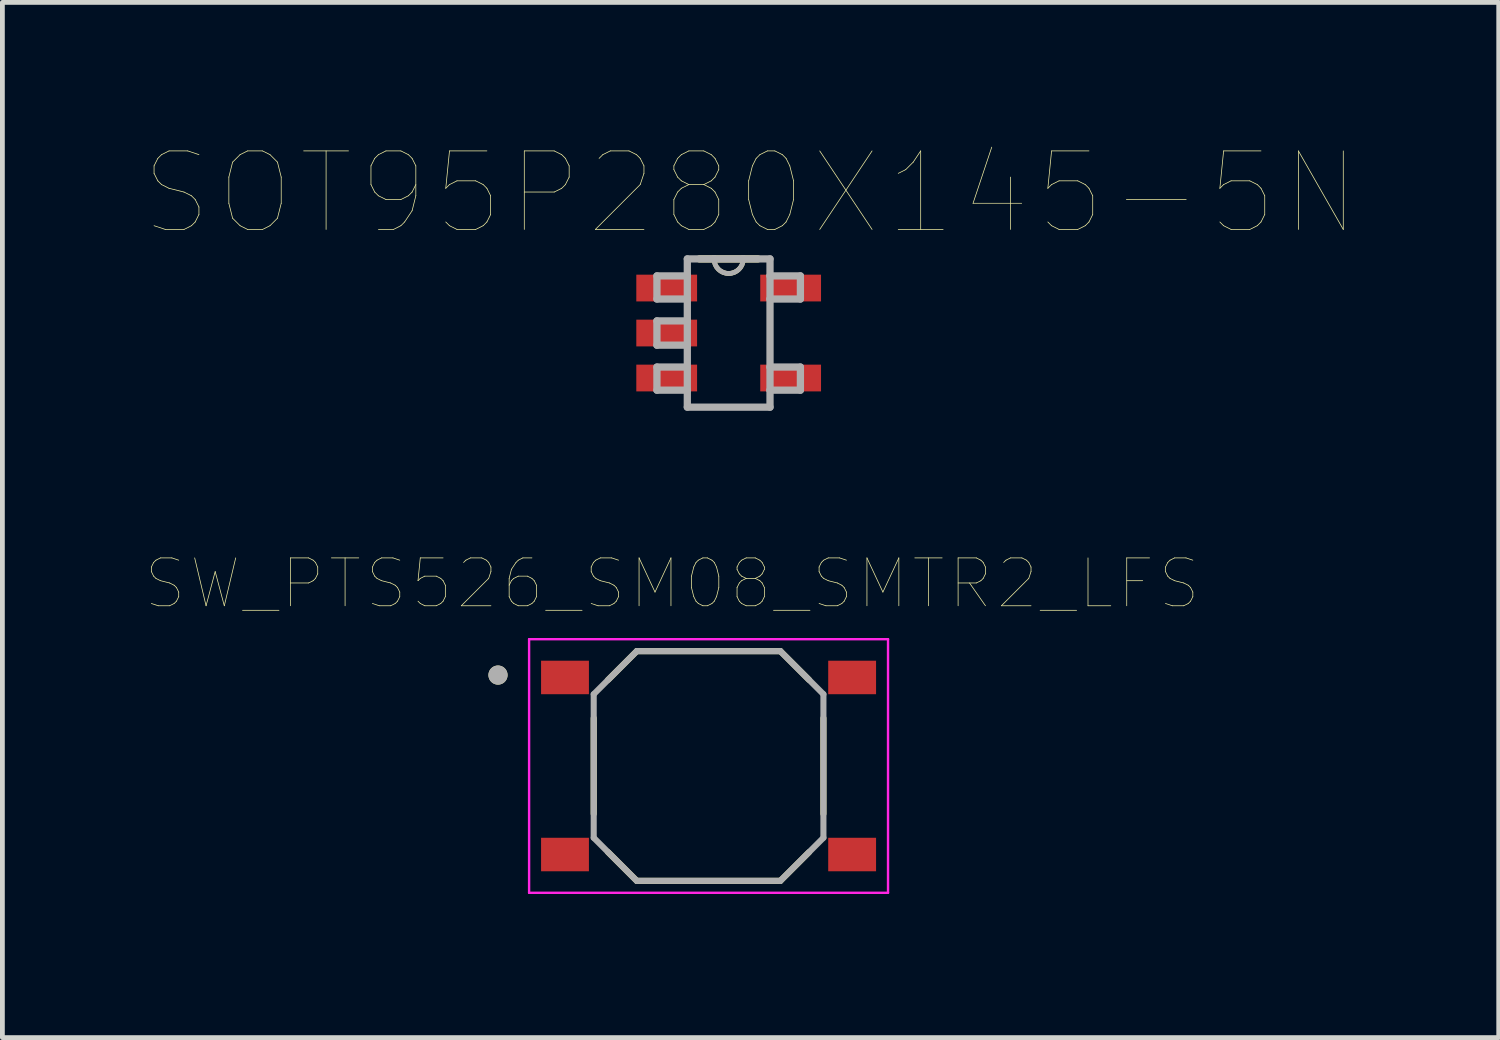
<source format=kicad_pcb>
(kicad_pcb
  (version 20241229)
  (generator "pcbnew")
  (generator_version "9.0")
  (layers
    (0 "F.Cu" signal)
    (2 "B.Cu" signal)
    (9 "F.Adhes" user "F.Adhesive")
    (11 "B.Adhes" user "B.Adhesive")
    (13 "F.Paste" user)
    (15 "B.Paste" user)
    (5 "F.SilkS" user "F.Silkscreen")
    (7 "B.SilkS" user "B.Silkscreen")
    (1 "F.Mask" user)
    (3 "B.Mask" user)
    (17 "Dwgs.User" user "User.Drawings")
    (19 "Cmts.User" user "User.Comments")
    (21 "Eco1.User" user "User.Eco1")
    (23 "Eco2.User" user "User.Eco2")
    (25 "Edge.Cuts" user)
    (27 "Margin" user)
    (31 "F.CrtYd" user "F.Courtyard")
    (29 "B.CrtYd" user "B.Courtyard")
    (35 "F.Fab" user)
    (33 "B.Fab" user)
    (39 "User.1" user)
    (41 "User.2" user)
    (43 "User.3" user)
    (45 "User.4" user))
  (footprint "SW_PTS526_SM08_SMTR2_LFS"
    (layer "F.Cu")
    (at 11.756 12.956)
    (property "Reference" "SW_PTS526_SM08_SMTR2_LFS" (at -0.762 -3.81 0) (layer "F.SilkS") (effects (font (size 1 1) (thickness 0.015))))
    (attr through_hole)
    (fp_line (start -2.4 -1) (end -2.4 1) (stroke (width 0.127) (type solid)) (layer "F.SilkS"))
    (fp_line (start -2.1 1.8) (end -1.5 2.4) (stroke (width 0.127) (type solid)) (layer "F.SilkS"))
    (fp_line (start -1.5 -2.4) (end -2.1 -1.8) (stroke (width 0.127) (type solid)) (layer "F.SilkS"))
    (fp_line (start -1.5 2.4) (end 1.5 2.4) (stroke (width 0.127) (type solid)) (layer "F.SilkS"))
    (fp_line (start 1.5 -2.4) (end -1.5 -2.4) (stroke (width 0.127) (type solid)) (layer "F.SilkS"))
    (fp_line (start 1.5 -2.4) (end 2.1 -1.8) (stroke (width 0.127) (type solid)) (layer "F.SilkS"))
    (fp_line (start 1.5 2.4) (end 2.1 1.8) (stroke (width 0.127) (type solid)) (layer "F.SilkS"))
    (fp_line (start 2.4 -1) (end 2.4 1) (stroke (width 0.127) (type solid)) (layer "F.SilkS"))
    (fp_circle (center -4.4 -1.9) (end -4.3 -1.9) (stroke (width 0.2) (type solid)) (fill no) (layer "F.SilkS"))
    (fp_line (start -3.75 -2.65) (end 3.75 -2.65) (stroke (width 0.05) (type solid)) (layer "F.CrtYd"))
    (fp_line (start -3.75 2.65) (end -3.75 -2.65) (stroke (width 0.05) (type solid)) (layer "F.CrtYd"))
    (fp_line (start 3.75 -2.65) (end 3.75 2.65) (stroke (width 0.05) (type solid)) (layer "F.CrtYd"))
    (fp_line (start 3.75 2.65) (end -3.75 2.65) (stroke (width 0.05) (type solid)) (layer "F.CrtYd"))
    (fp_line (start -2.4 -1.5) (end -2.4 1.5) (stroke (width 0.127) (type solid)) (layer "F.Fab"))
    (fp_line (start -1.5 -2.4) (end -2.4 -1.5) (stroke (width 0.127) (type solid)) (layer "F.Fab"))
    (fp_line (start -1.5 -2.4) (end 1.5 -2.4) (stroke (width 0.127) (type solid)) (layer "F.Fab"))
    (fp_line (start -1.5 2.4) (end -2.4 1.5) (stroke (width 0.127) (type solid)) (layer "F.Fab"))
    (fp_line (start -1.5 2.4) (end 1.5 2.4) (stroke (width 0.127) (type solid)) (layer "F.Fab"))
    (fp_line (start 1.5 -2.4) (end 2.4 -1.5) (stroke (width 0.127) (type solid)) (layer "F.Fab"))
    (fp_line (start 1.5 2.4) (end 2.4 1.5) (stroke (width 0.127) (type solid)) (layer "F.Fab"))
    (fp_line (start 2.4 -1.5) (end 2.4 1.5) (stroke (width 0.127) (type solid)) (layer "F.Fab"))
    (fp_circle (center -4.4 -1.9) (end -4.3 -1.9) (stroke (width 0.2) (type solid)) (fill no) (layer "F.Fab"))
    (pad "1" smd rect (at -3 -1.85) (size 1 0.7) (layers "F.Cu" "F.Mask" "F.Paste"))
    (pad "2" smd rect (at 3 -1.85) (size 1 0.7) (layers "F.Cu" "F.Mask" "F.Paste"))
    (pad "3" smd rect (at -3 1.85) (size 1 0.7) (layers "F.Cu" "F.Mask" "F.Paste"))
    (pad "4" smd rect (at 3 1.85) (size 1 0.7) (layers "F.Cu" "F.Mask" "F.Paste")))
  (footprint "SOT95P280X145-5N"
    (layer "F.Cu")
    (at 12.176 3.909)
    (property "Reference" "SOT95P280X145-5N" (at 0.457 -2.923 0) (layer "F.SilkS") (effects (font (size 1.641 1.641) (thickness 0.015))))
    (attr through_hole)
    (fp_line (start -0.305 -1.549) (end -0.61 -1.549) (stroke (width 0.152) (type solid)) (layer "F.SilkS"))
    (fp_line (start 0.305 -1.549) (end -0.305 -1.549) (stroke (width 0.152) (type solid)) (layer "F.SilkS"))
    (fp_line (start 0.61 -1.549) (end 0.305 -1.549) (stroke (width 0.152) (type solid)) (layer "F.SilkS"))
    (fp_arc (start 0.3048 -1.5494) (mid 0 -1.2446) (end -0.3048 -1.5494) (stroke (width 0.1) (type solid)) (layer "F.SilkS"))
    (fp_line (start -1.499 -1.194) (end -1.499 -0.711) (stroke (width 0.152) (type solid)) (layer "F.Fab"))
    (fp_line (start -1.499 -0.711) (end -0.864 -0.711) (stroke (width 0.152) (type solid)) (layer "F.Fab"))
    (fp_line (start -1.499 -0.254) (end -1.499 0.254) (stroke (width 0.152) (type solid)) (layer "F.Fab"))
    (fp_line (start -1.499 0.254) (end -0.864 0.254) (stroke (width 0.152) (type solid)) (layer "F.Fab"))
    (fp_line (start -1.499 0.711) (end -1.499 1.194) (stroke (width 0.152) (type solid)) (layer "F.Fab"))
    (fp_line (start -1.499 1.194) (end -0.864 1.194) (stroke (width 0.152) (type solid)) (layer "F.Fab"))
    (fp_line (start -0.864 -1.549) (end -0.864 -1.194) (stroke (width 0.152) (type solid)) (layer "F.Fab"))
    (fp_line (start -0.864 -1.194) (end -1.499 -1.194) (stroke (width 0.152) (type solid)) (layer "F.Fab"))
    (fp_line (start -0.864 -1.194) (end -0.864 -0.711) (stroke (width 0.152) (type solid)) (layer "F.Fab"))
    (fp_line (start -0.864 -0.711) (end -0.864 -0.254) (stroke (width 0.152) (type solid)) (layer "F.Fab"))
    (fp_line (start -0.864 -0.254) (end -1.499 -0.254) (stroke (width 0.152) (type solid)) (layer "F.Fab"))
    (fp_line (start -0.864 -0.254) (end -0.864 0.254) (stroke (width 0.152) (type solid)) (layer "F.Fab"))
    (fp_line (start -0.864 0.254) (end -0.864 0.711) (stroke (width 0.152) (type solid)) (layer "F.Fab"))
    (fp_line (start -0.864 0.711) (end -1.499 0.711) (stroke (width 0.152) (type solid)) (layer "F.Fab"))
    (fp_line (start -0.864 1.194) (end -0.864 0.711) (stroke (width 0.152) (type solid)) (layer "F.Fab"))
    (fp_line (start -0.864 1.549) (end -0.864 1.194) (stroke (width 0.152) (type solid)) (layer "F.Fab"))
    (fp_line (start -0.864 1.549) (end 0.864 1.549) (stroke (width 0.152) (type solid)) (layer "F.Fab"))
    (fp_line (start -0.305 -1.549) (end -0.864 -1.549) (stroke (width 0.152) (type solid)) (layer "F.Fab"))
    (fp_line (start 0.305 -1.549) (end -0.305 -1.549) (stroke (width 0.152) (type solid)) (layer "F.Fab"))
    (fp_line (start 0.864 -1.549) (end 0.305 -1.549) (stroke (width 0.152) (type solid)) (layer "F.Fab"))
    (fp_line (start 0.864 -1.549) (end 0.864 -1.194) (stroke (width 0.152) (type solid)) (layer "F.Fab"))
    (fp_line (start 0.864 -1.194) (end 0.864 -0.711) (stroke (width 0.152) (type solid)) (layer "F.Fab"))
    (fp_line (start 0.864 -0.711) (end 1.499 -0.711) (stroke (width 0.152) (type solid)) (layer "F.Fab"))
    (fp_line (start 0.864 0.711) (end 0.864 -0.711) (stroke (width 0.152) (type solid)) (layer "F.Fab"))
    (fp_line (start 0.864 1.194) (end 0.864 0.711) (stroke (width 0.152) (type solid)) (layer "F.Fab"))
    (fp_line (start 0.864 1.194) (end 1.499 1.194) (stroke (width 0.152) (type solid)) (layer "F.Fab"))
    (fp_line (start 0.864 1.549) (end 0.864 1.194) (stroke (width 0.152) (type solid)) (layer "F.Fab"))
    (fp_line (start 1.499 -1.194) (end 0.864 -1.194) (stroke (width 0.152) (type solid)) (layer "F.Fab"))
    (fp_line (start 1.499 -0.711) (end 1.499 -1.194) (stroke (width 0.152) (type solid)) (layer "F.Fab"))
    (fp_line (start 1.499 0.711) (end 0.864 0.711) (stroke (width 0.152) (type solid)) (layer "F.Fab"))
    (fp_line (start 1.499 1.194) (end 1.499 0.711) (stroke (width 0.152) (type solid)) (layer "F.Fab"))
    (fp_arc (start 0.3048 -1.5494) (mid 0 -1.2446) (end -0.3048 -1.5494) (stroke (width 0.1) (type solid)) (layer "F.Fab"))
    (pad "1" smd rect (at -1.295 -0.94) (size 1.27 0.559) (layers "F.Cu" "F.Mask" "F.Paste"))
    (pad "2" smd rect (at -1.295 0) (size 1.27 0.559) (layers "F.Cu" "F.Mask" "F.Paste"))
    (pad "3" smd rect (at -1.295 0.94) (size 1.27 0.559) (layers "F.Cu" "F.Mask" "F.Paste"))
    (pad "4" smd rect (at 1.295 0.94) (size 1.27 0.559) (layers "F.Cu" "F.Mask" "F.Paste"))
    (pad "5" smd rect (at 1.295 -0.94) (size 1.27 0.559) (layers "F.Cu" "F.Mask" "F.Paste")))
  (gr_rect
    (start -3 -3)
    (end 28.267 18.631)
    (stroke (width 0.1) (type default))
    (fill no)
    (layer "Edge.Cuts")))
</source>
